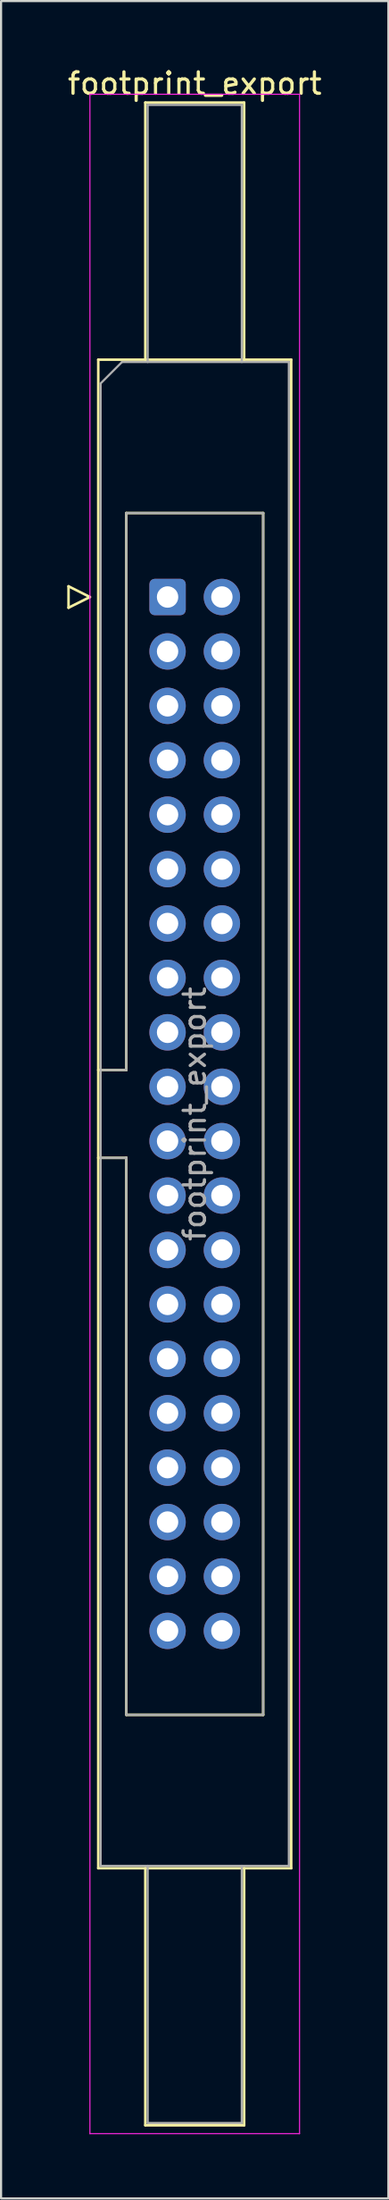
<source format=kicad_pcb>
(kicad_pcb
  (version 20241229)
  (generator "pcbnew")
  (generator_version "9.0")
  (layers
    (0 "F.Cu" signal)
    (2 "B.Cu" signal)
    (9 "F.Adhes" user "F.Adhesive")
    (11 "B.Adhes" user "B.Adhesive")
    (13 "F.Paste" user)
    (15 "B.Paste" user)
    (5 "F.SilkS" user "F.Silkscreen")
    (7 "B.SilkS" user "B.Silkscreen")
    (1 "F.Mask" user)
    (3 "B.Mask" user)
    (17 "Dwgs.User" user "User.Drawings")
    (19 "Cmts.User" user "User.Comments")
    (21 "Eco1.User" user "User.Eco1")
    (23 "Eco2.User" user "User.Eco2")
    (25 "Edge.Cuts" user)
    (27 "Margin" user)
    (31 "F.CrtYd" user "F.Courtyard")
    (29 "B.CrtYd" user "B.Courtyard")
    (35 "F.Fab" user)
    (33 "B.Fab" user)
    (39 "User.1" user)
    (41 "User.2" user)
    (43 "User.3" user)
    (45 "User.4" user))
  (footprint "footprint_export"
    (layer "F.Cu")
    (at 4.784 24.818)
    (property "Reference" "footprint_export" (at 1.27 -23.97 0) (layer "F.SilkS") (effects (font (size 1 1) (thickness 0.15))))
    (attr through_hole)
    (fp_line (start -4.63 -0.5) (end -4.63 0.5) (stroke (width 0.12) (type solid)) (layer "F.SilkS"))
    (fp_line (start -4.63 0.5) (end -3.63 0) (stroke (width 0.12) (type solid)) (layer "F.SilkS"))
    (fp_line (start -3.63 0) (end -4.63 -0.5) (stroke (width 0.12) (type solid)) (layer "F.SilkS"))
    (fp_line (start -3.24 -11.08) (end 5.78 -11.08) (stroke (width 0.12) (type solid)) (layer "F.SilkS"))
    (fp_line (start -3.24 22.08) (end -1.93 22.08) (stroke (width 0.12) (type solid)) (layer "F.SilkS"))
    (fp_line (start -3.24 59.34) (end -3.24 -11.08) (stroke (width 0.12) (type solid)) (layer "F.SilkS"))
    (fp_line (start -1.93 -3.92) (end 4.47 -3.92) (stroke (width 0.12) (type solid)) (layer "F.SilkS"))
    (fp_line (start -1.93 22.08) (end -1.93 -3.92) (stroke (width 0.12) (type solid)) (layer "F.SilkS"))
    (fp_line (start -1.93 26.18) (end -3.24 26.18) (stroke (width 0.12) (type solid)) (layer "F.SilkS"))
    (fp_line (start -1.93 26.18) (end -1.93 26.18) (stroke (width 0.12) (type solid)) (layer "F.SilkS"))
    (fp_line (start -1.93 52.18) (end -1.93 26.18) (stroke (width 0.12) (type solid)) (layer "F.SilkS"))
    (fp_line (start -1.04 -23.08) (end 3.58 -23.08) (stroke (width 0.12) (type solid)) (layer "F.SilkS"))
    (fp_line (start -1.04 -11.08) (end -1.04 -23.08) (stroke (width 0.12) (type solid)) (layer "F.SilkS"))
    (fp_line (start -1.04 59.34) (end -1.04 71.34) (stroke (width 0.12) (type solid)) (layer "F.SilkS"))
    (fp_line (start -1.04 71.34) (end 3.58 71.34) (stroke (width 0.12) (type solid)) (layer "F.SilkS"))
    (fp_line (start 3.58 -23.08) (end 3.58 -11.08) (stroke (width 0.12) (type solid)) (layer "F.SilkS"))
    (fp_line (start 3.58 71.34) (end 3.58 59.34) (stroke (width 0.12) (type solid)) (layer "F.SilkS"))
    (fp_line (start 4.47 -3.92) (end 4.47 52.18) (stroke (width 0.12) (type solid)) (layer "F.SilkS"))
    (fp_line (start 4.47 52.18) (end -1.93 52.18) (stroke (width 0.12) (type solid)) (layer "F.SilkS"))
    (fp_line (start 5.78 -11.08) (end 5.78 59.34) (stroke (width 0.12) (type solid)) (layer "F.SilkS"))
    (fp_line (start 5.78 59.34) (end -3.24 59.34) (stroke (width 0.12) (type solid)) (layer "F.SilkS"))
    (fp_line (start -3.63 -23.47) (end -3.63 71.73) (stroke (width 0.05) (type solid)) (layer "F.CrtYd"))
    (fp_line (start -3.63 71.73) (end 6.17 71.73) (stroke (width 0.05) (type solid)) (layer "F.CrtYd"))
    (fp_line (start 6.17 -23.47) (end -3.63 -23.47) (stroke (width 0.05) (type solid)) (layer "F.CrtYd"))
    (fp_line (start 6.17 71.73) (end 6.17 -23.47) (stroke (width 0.05) (type solid)) (layer "F.CrtYd"))
    (fp_line (start -3.13 -9.97) (end -2.13 -10.97) (stroke (width 0.1) (type solid)) (layer "F.Fab"))
    (fp_line (start -3.13 22.08) (end -1.93 22.08) (stroke (width 0.1) (type solid)) (layer "F.Fab"))
    (fp_line (start -3.13 59.23) (end -3.13 -9.97) (stroke (width 0.1) (type solid)) (layer "F.Fab"))
    (fp_line (start -2.13 -10.97) (end 5.67 -10.97) (stroke (width 0.1) (type solid)) (layer "F.Fab"))
    (fp_line (start -1.93 -3.92) (end 4.47 -3.92) (stroke (width 0.1) (type solid)) (layer "F.Fab"))
    (fp_line (start -1.93 22.08) (end -1.93 -3.92) (stroke (width 0.1) (type solid)) (layer "F.Fab"))
    (fp_line (start -1.93 26.18) (end -3.13 26.18) (stroke (width 0.1) (type solid)) (layer "F.Fab"))
    (fp_line (start -1.93 26.18) (end -1.93 26.18) (stroke (width 0.1) (type solid)) (layer "F.Fab"))
    (fp_line (start -1.93 52.18) (end -1.93 26.18) (stroke (width 0.1) (type solid)) (layer "F.Fab"))
    (fp_line (start -0.93 -22.97) (end 3.47 -22.97) (stroke (width 0.1) (type solid)) (layer "F.Fab"))
    (fp_line (start -0.93 -10.97) (end -0.93 -22.97) (stroke (width 0.1) (type solid)) (layer "F.Fab"))
    (fp_line (start -0.93 59.23) (end -0.93 71.23) (stroke (width 0.1) (type solid)) (layer "F.Fab"))
    (fp_line (start -0.93 71.23) (end 3.47 71.23) (stroke (width 0.1) (type solid)) (layer "F.Fab"))
    (fp_line (start 3.47 -22.97) (end 3.47 -10.97) (stroke (width 0.1) (type solid)) (layer "F.Fab"))
    (fp_line (start 3.47 71.23) (end 3.47 59.23) (stroke (width 0.1) (type solid)) (layer "F.Fab"))
    (fp_line (start 4.47 -3.92) (end 4.47 52.18) (stroke (width 0.1) (type solid)) (layer "F.Fab"))
    (fp_line (start 4.47 52.18) (end -1.93 52.18) (stroke (width 0.1) (type solid)) (layer "F.Fab"))
    (fp_line (start 5.67 -10.97) (end 5.67 59.23) (stroke (width 0.1) (type solid)) (layer "F.Fab"))
    (fp_line (start 5.67 59.23) (end -3.13 59.23) (stroke (width 0.1) (type solid)) (layer "F.Fab"))
    (fp_text user "${REFERENCE}" (at 1.27 24.13 90) (layer "F.Fab") (effects (font (size 1 1) (thickness 0.15))))
    (pad "1" thru_hole roundrect (at 0 0) (size 1.7 1.7) (drill 1) (layers "*.Cu" "*.Mask") (roundrect_rratio 0.147))
    (pad "2" thru_hole circle (at 2.54 0) (size 1.7 1.7) (drill 1) (layers "*.Cu" "*.Mask"))
    (pad "3" thru_hole circle (at 0 2.54) (size 1.7 1.7) (drill 1) (layers "*.Cu" "*.Mask"))
    (pad "4" thru_hole circle (at 2.54 2.54) (size 1.7 1.7) (drill 1) (layers "*.Cu" "*.Mask"))
    (pad "5" thru_hole circle (at 0 5.08) (size 1.7 1.7) (drill 1) (layers "*.Cu" "*.Mask"))
    (pad "6" thru_hole circle (at 2.54 5.08) (size 1.7 1.7) (drill 1) (layers "*.Cu" "*.Mask"))
    (pad "7" thru_hole circle (at 0 7.62) (size 1.7 1.7) (drill 1) (layers "*.Cu" "*.Mask"))
    (pad "8" thru_hole circle (at 2.54 7.62) (size 1.7 1.7) (drill 1) (layers "*.Cu" "*.Mask"))
    (pad "9" thru_hole circle (at 0 10.16) (size 1.7 1.7) (drill 1) (layers "*.Cu" "*.Mask"))
    (pad "10" thru_hole circle (at 2.54 10.16) (size 1.7 1.7) (drill 1) (layers "*.Cu" "*.Mask"))
    (pad "11" thru_hole circle (at 0 12.7) (size 1.7 1.7) (drill 1) (layers "*.Cu" "*.Mask"))
    (pad "12" thru_hole circle (at 2.54 12.7) (size 1.7 1.7) (drill 1) (layers "*.Cu" "*.Mask"))
    (pad "13" thru_hole circle (at 0 15.24) (size 1.7 1.7) (drill 1) (layers "*.Cu" "*.Mask"))
    (pad "14" thru_hole circle (at 2.54 15.24) (size 1.7 1.7) (drill 1) (layers "*.Cu" "*.Mask"))
    (pad "15" thru_hole circle (at 0 17.78) (size 1.7 1.7) (drill 1) (layers "*.Cu" "*.Mask"))
    (pad "16" thru_hole circle (at 2.54 17.78) (size 1.7 1.7) (drill 1) (layers "*.Cu" "*.Mask"))
    (pad "17" thru_hole circle (at 0 20.32) (size 1.7 1.7) (drill 1) (layers "*.Cu" "*.Mask"))
    (pad "18" thru_hole circle (at 2.54 20.32) (size 1.7 1.7) (drill 1) (layers "*.Cu" "*.Mask"))
    (pad "19" thru_hole circle (at 0 22.86) (size 1.7 1.7) (drill 1) (layers "*.Cu" "*.Mask"))
    (pad "20" thru_hole circle (at 2.54 22.86) (size 1.7 1.7) (drill 1) (layers "*.Cu" "*.Mask"))
    (pad "21" thru_hole circle (at 0 25.4) (size 1.7 1.7) (drill 1) (layers "*.Cu" "*.Mask"))
    (pad "22" thru_hole circle (at 2.54 25.4) (size 1.7 1.7) (drill 1) (layers "*.Cu" "*.Mask"))
    (pad "23" thru_hole circle (at 0 27.94) (size 1.7 1.7) (drill 1) (layers "*.Cu" "*.Mask"))
    (pad "24" thru_hole circle (at 2.54 27.94) (size 1.7 1.7) (drill 1) (layers "*.Cu" "*.Mask"))
    (pad "25" thru_hole circle (at 0 30.48) (size 1.7 1.7) (drill 1) (layers "*.Cu" "*.Mask"))
    (pad "26" thru_hole circle (at 2.54 30.48) (size 1.7 1.7) (drill 1) (layers "*.Cu" "*.Mask"))
    (pad "27" thru_hole circle (at 0 33.02) (size 1.7 1.7) (drill 1) (layers "*.Cu" "*.Mask"))
    (pad "28" thru_hole circle (at 2.54 33.02) (size 1.7 1.7) (drill 1) (layers "*.Cu" "*.Mask"))
    (pad "29" thru_hole circle (at 0 35.56) (size 1.7 1.7) (drill 1) (layers "*.Cu" "*.Mask"))
    (pad "30" thru_hole circle (at 2.54 35.56) (size 1.7 1.7) (drill 1) (layers "*.Cu" "*.Mask"))
    (pad "31" thru_hole circle (at 0 38.1) (size 1.7 1.7) (drill 1) (layers "*.Cu" "*.Mask"))
    (pad "32" thru_hole circle (at 2.54 38.1) (size 1.7 1.7) (drill 1) (layers "*.Cu" "*.Mask"))
    (pad "33" thru_hole circle (at 0 40.64) (size 1.7 1.7) (drill 1) (layers "*.Cu" "*.Mask"))
    (pad "34" thru_hole circle (at 2.54 40.64) (size 1.7 1.7) (drill 1) (layers "*.Cu" "*.Mask"))
    (pad "35" thru_hole circle (at 0 43.18) (size 1.7 1.7) (drill 1) (layers "*.Cu" "*.Mask"))
    (pad "36" thru_hole circle (at 2.54 43.18) (size 1.7 1.7) (drill 1) (layers "*.Cu" "*.Mask"))
    (pad "37" thru_hole circle (at 0 45.72) (size 1.7 1.7) (drill 1) (layers "*.Cu" "*.Mask"))
    (pad "38" thru_hole circle (at 2.54 45.72) (size 1.7 1.7) (drill 1) (layers "*.Cu" "*.Mask"))
    (pad "39" thru_hole circle (at 0 48.26) (size 1.7 1.7) (drill 1) (layers "*.Cu" "*.Mask"))
    (pad "40" thru_hole circle (at 2.54 48.26) (size 1.7 1.7) (drill 1) (layers "*.Cu" "*.Mask")))
  (gr_rect
    (start -3 -3)
    (end 15.107 99.573)
    (stroke (width 0.1) (type default))
    (fill no)
    (layer "Edge.Cuts")))
</source>
